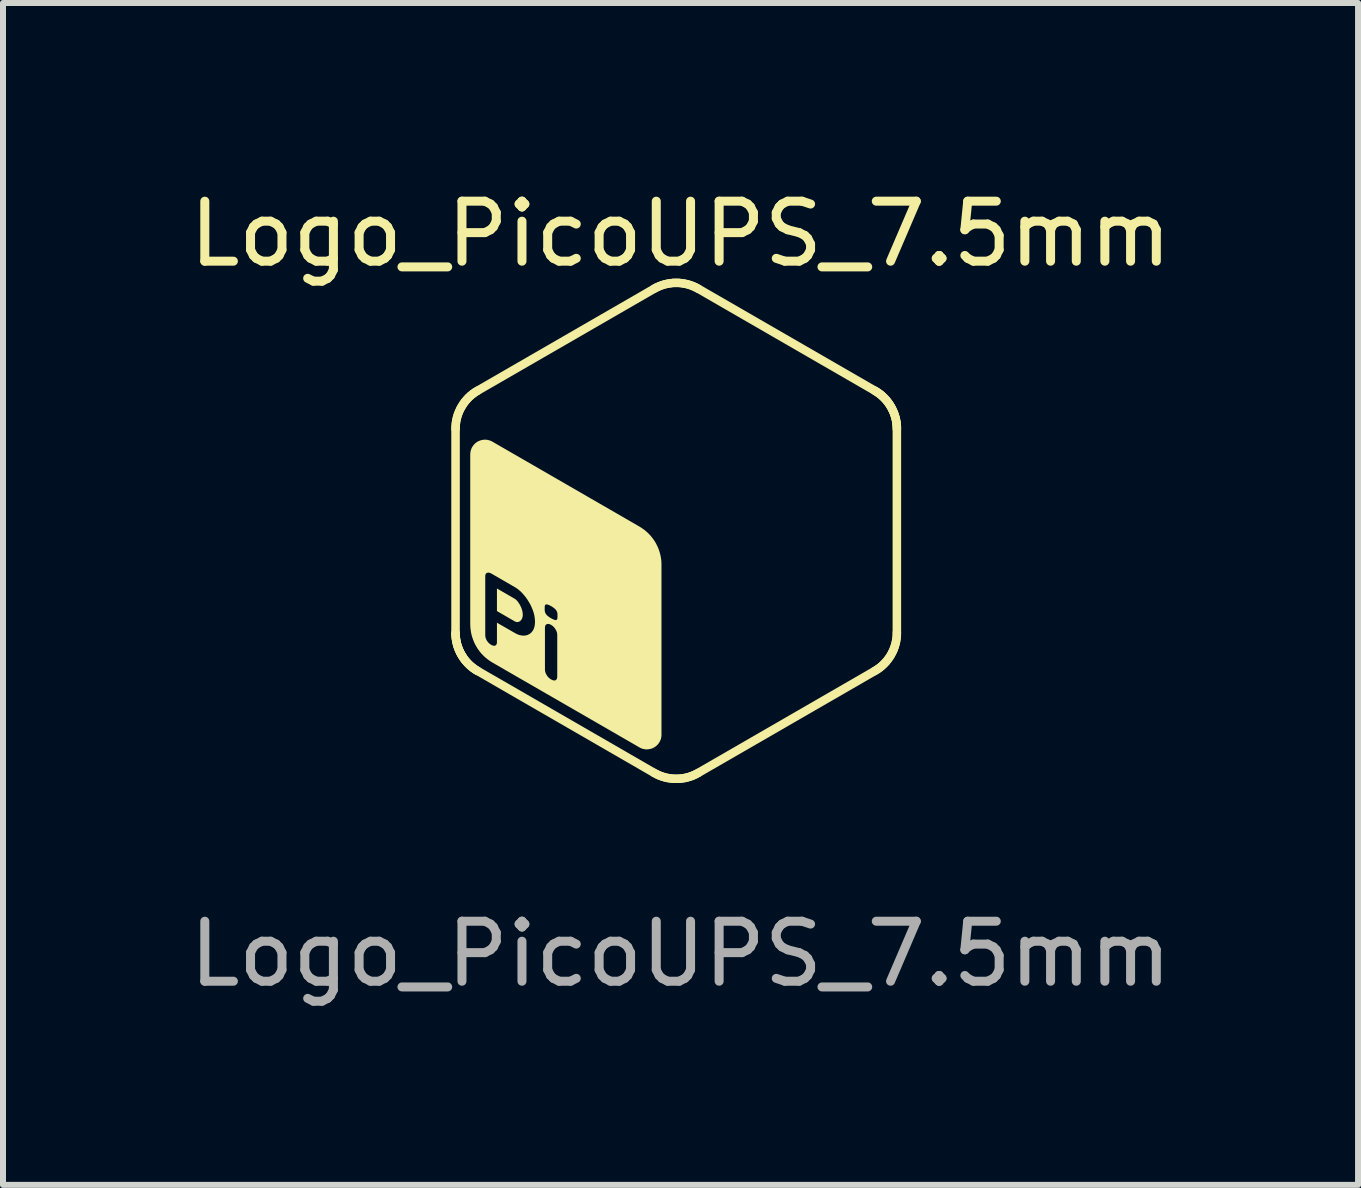
<source format=kicad_pcb>
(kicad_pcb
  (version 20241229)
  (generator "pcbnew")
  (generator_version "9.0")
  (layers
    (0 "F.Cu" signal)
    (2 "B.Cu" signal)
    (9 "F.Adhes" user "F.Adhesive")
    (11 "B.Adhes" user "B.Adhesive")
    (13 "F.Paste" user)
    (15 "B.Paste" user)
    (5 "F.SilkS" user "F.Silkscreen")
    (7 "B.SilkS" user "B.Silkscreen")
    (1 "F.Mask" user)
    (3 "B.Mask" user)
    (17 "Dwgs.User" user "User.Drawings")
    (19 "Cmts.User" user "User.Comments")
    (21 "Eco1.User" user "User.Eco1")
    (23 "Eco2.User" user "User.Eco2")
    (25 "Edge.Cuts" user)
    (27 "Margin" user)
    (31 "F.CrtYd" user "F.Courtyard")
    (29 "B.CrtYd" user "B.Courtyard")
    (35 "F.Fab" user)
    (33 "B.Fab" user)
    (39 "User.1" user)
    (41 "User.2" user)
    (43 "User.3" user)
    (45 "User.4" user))
  (footprint "Logo_PicoUPS_7.5mm"
    (layer "F.Cu")
    (at 8.292 5.848)
    (property "Reference" "Logo_PicoUPS_7.5mm" (at 0 -5 0) (unlocked yes) (layer "F.SilkS") (effects (font (size 1 1) (thickness 0.15))))
    (fp_poly (pts (xy -2.263 -2.702) (xy -2.247 -2.701) (xy -2.232 -2.698) (xy -2.216 -2.695) (xy -2.201 -2.69) (xy -2.186 -2.684) (xy -2.171 -2.678) (xy -2.156 -2.67) (xy -1.421 -2.245) (xy -1.418 -2.244) (xy -1.416 -2.243) (xy -1.414 -2.241) (xy -1.412 -2.239) (xy -1.41 -2.238) (xy -1.408 -2.236) (xy -1.406 -2.234) (xy -1.404 -2.232) (xy -1.402 -2.23) (xy -1.4 -2.228) (xy -1.398 -2.226) (xy -1.397 -2.224) (xy -1.395 -2.222) (xy -1.394 -2.22) (xy -1.392 -2.218) (xy -1.391 -2.216) (xy -1.39 -2.213) (xy -1.388 -2.211) (xy -1.387 -2.208) (xy -1.386 -2.206) (xy -1.385 -2.204) (xy -1.384 -2.201) (xy -1.384 -2.199) (xy -1.383 -2.196) (xy -1.382 -2.193) (xy -1.382 -2.191) (xy -1.381 -2.188) (xy -1.381 -2.185) (xy -1.38 -2.183) (xy -1.38 -2.18) (xy -1.38 -2.177) (xy -1.38 -2.175) (xy -1.38 -2.169) (xy -1.381 -2.164) (xy -1.382 -2.159) (xy -1.383 -2.153) (xy -1.384 -2.148) (xy -1.386 -2.143) (xy -1.388 -2.138) (xy -1.391 -2.134) (xy -1.394 -2.129) (xy -1.397 -2.125) (xy -1.4 -2.121) (xy -1.404 -2.117) (xy -1.408 -2.113) (xy -1.412 -2.11) (xy -1.416 -2.107) (xy -1.421 -2.104) (xy -2.156 -1.679) (xy -2.171 -1.672) (xy -2.186 -1.665) (xy -2.201 -1.659) (xy -2.216 -1.655) (xy -2.232 -1.651) (xy -2.247 -1.648) (xy -2.263 -1.647) (xy -2.279 -1.646) (xy -2.295 -1.647) (xy -2.311 -1.648) (xy -2.326 -1.651) (xy -2.342 -1.655) (xy -2.357 -1.659) (xy -2.372 -1.665) (xy -2.387 -1.672) (xy -2.402 -1.679) (xy -3.137 -2.104) (xy -3.139 -2.105) (xy -3.142 -2.107) (xy -3.144 -2.108) (xy -3.146 -2.11) (xy -3.148 -2.112) (xy -3.15 -2.113) (xy -3.152 -2.115) (xy -3.154 -2.117) (xy -3.156 -2.119) (xy -3.158 -2.121) (xy -3.159 -2.123) (xy -3.161 -2.125) (xy -3.163 -2.127) (xy -3.164 -2.129) (xy -3.166 -2.132) (xy -3.167 -2.134) (xy -3.168 -2.136) (xy -3.169 -2.138) (xy -3.171 -2.141) (xy -3.172 -2.143) (xy -3.173 -2.146) (xy -3.174 -2.148) (xy -3.174 -2.151) (xy -3.175 -2.153) (xy -3.176 -2.156) (xy -3.176 -2.159) (xy -3.177 -2.161) (xy -3.177 -2.164) (xy -3.178 -2.167) (xy -3.178 -2.169) (xy -3.178 -2.172) (xy -3.178 -2.175) (xy -3.178 -2.18) (xy -3.177 -2.185) (xy -3.176 -2.191) (xy -3.175 -2.196) (xy -3.174 -2.201) (xy -3.172 -2.206) (xy -3.169 -2.211) (xy -3.167 -2.216) (xy -3.164 -2.22) (xy -3.161 -2.224) (xy -3.158 -2.228) (xy -3.154 -2.232) (xy -3.15 -2.236) (xy -3.146 -2.239) (xy -3.142 -2.243) (xy -3.137 -2.245) (xy -2.402 -2.67) (xy -2.387 -2.678) (xy -2.372 -2.684) (xy -2.357 -2.69) (xy -2.342 -2.695) (xy -2.326 -2.698) (xy -2.311 -2.701) (xy -2.295 -2.702) (xy -2.279 -2.703)) (stroke (width 0) (type solid)) (fill yes) (layer "F.Mask"))
    (fp_poly (pts (xy -1.16 -3.339) (xy -1.144 -3.338) (xy -1.128 -3.335) (xy -1.113 -3.332) (xy -1.097 -3.327) (xy -1.082 -3.321) (xy -1.067 -3.315) (xy -1.053 -3.307) (xy -0.318 -2.882) (xy -0.313 -2.88) (xy -0.309 -2.876) (xy -0.304 -2.873) (xy -0.3 -2.869) (xy -0.297 -2.865) (xy -0.294 -2.861) (xy -0.29 -2.857) (xy -0.288 -2.853) (xy -0.285 -2.848) (xy -0.283 -2.843) (xy -0.281 -2.838) (xy -0.28 -2.833) (xy -0.278 -2.828) (xy -0.277 -2.822) (xy -0.277 -2.817) (xy -0.277 -2.812) (xy -0.277 -2.809) (xy -0.277 -2.806) (xy -0.277 -2.803) (xy -0.277 -2.801) (xy -0.278 -2.798) (xy -0.278 -2.796) (xy -0.279 -2.793) (xy -0.28 -2.79) (xy -0.28 -2.788) (xy -0.281 -2.785) (xy -0.282 -2.783) (xy -0.283 -2.78) (xy -0.284 -2.778) (xy -0.285 -2.775) (xy -0.286 -2.773) (xy -0.288 -2.771) (xy -0.289 -2.769) (xy -0.29 -2.766) (xy -0.292 -2.764) (xy -0.294 -2.762) (xy -0.295 -2.76) (xy -0.297 -2.758) (xy -0.299 -2.756) (xy -0.3 -2.754) (xy -0.302 -2.752) (xy -0.304 -2.75) (xy -0.306 -2.749) (xy -0.309 -2.747) (xy -0.311 -2.745) (xy -0.313 -2.744) (xy -0.315 -2.742) (xy -0.318 -2.741) (xy -1.053 -2.316) (xy -1.067 -2.309) (xy -1.082 -2.302) (xy -1.097 -2.296) (xy -1.113 -2.292) (xy -1.128 -2.288) (xy -1.144 -2.285) (xy -1.16 -2.284) (xy -1.176 -2.283) (xy -1.192 -2.284) (xy -1.207 -2.285) (xy -1.223 -2.288) (xy -1.239 -2.292) (xy -1.254 -2.296) (xy -1.269 -2.302) (xy -1.284 -2.309) (xy -1.298 -2.316) (xy -2.034 -2.741) (xy -2.038 -2.744) (xy -2.043 -2.747) (xy -2.047 -2.75) (xy -2.051 -2.754) (xy -2.054 -2.758) (xy -2.058 -2.762) (xy -2.061 -2.766) (xy -2.064 -2.771) (xy -2.066 -2.775) (xy -2.068 -2.78) (xy -2.07 -2.785) (xy -2.072 -2.79) (xy -2.073 -2.796) (xy -2.074 -2.801) (xy -2.074 -2.806) (xy -2.075 -2.812) (xy -2.075 -2.814) (xy -2.074 -2.817) (xy -2.074 -2.82) (xy -2.074 -2.822) (xy -2.074 -2.825) (xy -2.073 -2.828) (xy -2.072 -2.83) (xy -2.072 -2.833) (xy -2.071 -2.836) (xy -2.07 -2.838) (xy -2.069 -2.841) (xy -2.068 -2.843) (xy -2.067 -2.845) (xy -2.066 -2.848) (xy -2.065 -2.85) (xy -2.064 -2.853) (xy -2.062 -2.855) (xy -2.061 -2.857) (xy -2.059 -2.859) (xy -2.058 -2.861) (xy -2.056 -2.863) (xy -2.054 -2.865) (xy -2.053 -2.867) (xy -2.051 -2.869) (xy -2.049 -2.871) (xy -2.047 -2.873) (xy -2.045 -2.875) (xy -2.043 -2.876) (xy -2.041 -2.878) (xy -2.038 -2.88) (xy -2.036 -2.881) (xy -2.034 -2.882) (xy -1.298 -3.307) (xy -1.284 -3.315) (xy -1.269 -3.321) (xy -1.254 -3.327) (xy -1.239 -3.332) (xy -1.223 -3.335) (xy -1.207 -3.338) (xy -1.192 -3.339) (xy -1.176 -3.34)) (stroke (width 0) (type solid)) (fill yes) (layer "F.Mask"))
    (fp_poly (pts (xy -1.16 -2.065) (xy -1.144 -2.064) (xy -1.128 -2.061) (xy -1.113 -2.058) (xy -1.097 -2.053) (xy -1.082 -2.047) (xy -1.067 -2.041) (xy -1.053 -2.033) (xy -0.318 -1.608) (xy -0.313 -1.606) (xy -0.309 -1.602) (xy -0.304 -1.599) (xy -0.3 -1.595) (xy -0.297 -1.591) (xy -0.294 -1.587) (xy -0.29 -1.583) (xy -0.288 -1.579) (xy -0.285 -1.574) (xy -0.283 -1.569) (xy -0.281 -1.564) (xy -0.28 -1.559) (xy -0.278 -1.554) (xy -0.277 -1.548) (xy -0.277 -1.543) (xy -0.277 -1.538) (xy -0.277 -1.535) (xy -0.277 -1.532) (xy -0.277 -1.53) (xy -0.277 -1.527) (xy -0.278 -1.524) (xy -0.278 -1.522) (xy -0.279 -1.519) (xy -0.28 -1.516) (xy -0.28 -1.514) (xy -0.281 -1.511) (xy -0.282 -1.509) (xy -0.283 -1.506) (xy -0.284 -1.504) (xy -0.285 -1.501) (xy -0.286 -1.499) (xy -0.288 -1.497) (xy -0.289 -1.495) (xy -0.29 -1.492) (xy -0.292 -1.49) (xy -0.294 -1.488) (xy -0.295 -1.486) (xy -0.297 -1.484) (xy -0.299 -1.482) (xy -0.3 -1.48) (xy -0.302 -1.478) (xy -0.304 -1.476) (xy -0.306 -1.475) (xy -0.309 -1.473) (xy -0.311 -1.471) (xy -0.313 -1.47) (xy -0.315 -1.468) (xy -0.318 -1.467) (xy -1.053 -1.042) (xy -1.067 -1.035) (xy -1.082 -1.028) (xy -1.097 -1.022) (xy -1.113 -1.018) (xy -1.128 -1.014) (xy -1.144 -1.011) (xy -1.16 -1.01) (xy -1.176 -1.009) (xy -1.192 -1.01) (xy -1.207 -1.011) (xy -1.223 -1.014) (xy -1.239 -1.018) (xy -1.254 -1.022) (xy -1.269 -1.028) (xy -1.284 -1.035) (xy -1.298 -1.042) (xy -2.034 -1.467) (xy -2.038 -1.47) (xy -2.043 -1.473) (xy -2.047 -1.476) (xy -2.051 -1.48) (xy -2.054 -1.484) (xy -2.058 -1.488) (xy -2.061 -1.492) (xy -2.064 -1.497) (xy -2.066 -1.501) (xy -2.068 -1.506) (xy -2.07 -1.511) (xy -2.072 -1.516) (xy -2.073 -1.522) (xy -2.074 -1.527) (xy -2.074 -1.532) (xy -2.075 -1.538) (xy -2.075 -1.54) (xy -2.074 -1.543) (xy -2.074 -1.546) (xy -2.074 -1.548) (xy -2.074 -1.551) (xy -2.073 -1.554) (xy -2.072 -1.556) (xy -2.072 -1.559) (xy -2.071 -1.562) (xy -2.07 -1.564) (xy -2.069 -1.567) (xy -2.068 -1.569) (xy -2.067 -1.571) (xy -2.066 -1.574) (xy -2.065 -1.576) (xy -2.064 -1.579) (xy -2.062 -1.581) (xy -2.061 -1.583) (xy -2.059 -1.585) (xy -2.058 -1.587) (xy -2.056 -1.589) (xy -2.054 -1.591) (xy -2.053 -1.593) (xy -2.051 -1.595) (xy -2.049 -1.597) (xy -2.047 -1.599) (xy -2.045 -1.601) (xy -2.043 -1.602) (xy -2.041 -1.604) (xy -2.038 -1.606) (xy -2.036 -1.607) (xy -2.034 -1.608) (xy -1.298 -2.033) (xy -1.284 -2.041) (xy -1.269 -2.047) (xy -1.254 -2.053) (xy -1.239 -2.058) (xy -1.223 -2.061) (xy -1.207 -2.064) (xy -1.192 -2.065) (xy -1.176 -2.066)) (stroke (width 0) (type solid)) (fill yes) (layer "F.Mask"))
    (fp_poly (pts (xy -0.057 -2.702) (xy -0.041 -2.701) (xy -0.025 -2.698) (xy -0.009 -2.695) (xy 0.006 -2.69) (xy 0.021 -2.684) (xy 0.036 -2.678) (xy 0.05 -2.67) (xy 0.786 -2.245) (xy 0.788 -2.244) (xy 0.79 -2.243) (xy 0.793 -2.241) (xy 0.795 -2.239) (xy 0.797 -2.238) (xy 0.799 -2.236) (xy 0.801 -2.234) (xy 0.803 -2.232) (xy 0.805 -2.23) (xy 0.806 -2.228) (xy 0.808 -2.226) (xy 0.81 -2.224) (xy 0.811 -2.222) (xy 0.813 -2.22) (xy 0.814 -2.218) (xy 0.816 -2.216) (xy 0.817 -2.213) (xy 0.818 -2.211) (xy 0.819 -2.208) (xy 0.82 -2.206) (xy 0.821 -2.204) (xy 0.822 -2.201) (xy 0.823 -2.199) (xy 0.824 -2.196) (xy 0.824 -2.193) (xy 0.825 -2.191) (xy 0.825 -2.188) (xy 0.826 -2.185) (xy 0.826 -2.183) (xy 0.826 -2.18) (xy 0.827 -2.177) (xy 0.827 -2.175) (xy 0.826 -2.169) (xy 0.826 -2.164) (xy 0.825 -2.159) (xy 0.824 -2.153) (xy 0.822 -2.148) (xy 0.82 -2.143) (xy 0.818 -2.138) (xy 0.816 -2.134) (xy 0.813 -2.129) (xy 0.81 -2.125) (xy 0.806 -2.121) (xy 0.803 -2.117) (xy 0.799 -2.113) (xy 0.795 -2.11) (xy 0.79 -2.107) (xy 0.786 -2.104) (xy 0.05 -1.679) (xy 0.036 -1.672) (xy 0.021 -1.665) (xy 0.006 -1.659) (xy -0.009 -1.655) (xy -0.025 -1.651) (xy -0.041 -1.648) (xy -0.057 -1.647) (xy -0.072 -1.646) (xy -0.088 -1.647) (xy -0.104 -1.648) (xy -0.12 -1.651) (xy -0.135 -1.655) (xy -0.151 -1.659) (xy -0.166 -1.665) (xy -0.181 -1.672) (xy -0.195 -1.679) (xy -0.93 -2.104) (xy -0.933 -2.105) (xy -0.935 -2.107) (xy -0.937 -2.108) (xy -0.939 -2.11) (xy -0.942 -2.112) (xy -0.944 -2.113) (xy -0.946 -2.115) (xy -0.948 -2.117) (xy -0.949 -2.119) (xy -0.951 -2.121) (xy -0.953 -2.123) (xy -0.955 -2.125) (xy -0.956 -2.127) (xy -0.958 -2.129) (xy -0.959 -2.132) (xy -0.96 -2.134) (xy -0.962 -2.136) (xy -0.963 -2.138) (xy -0.964 -2.141) (xy -0.965 -2.143) (xy -0.966 -2.146) (xy -0.967 -2.148) (xy -0.968 -2.151) (xy -0.969 -2.153) (xy -0.969 -2.156) (xy -0.97 -2.159) (xy -0.97 -2.161) (xy -0.971 -2.164) (xy -0.971 -2.167) (xy -0.971 -2.169) (xy -0.971 -2.172) (xy -0.971 -2.175) (xy -0.971 -2.18) (xy -0.971 -2.185) (xy -0.97 -2.191) (xy -0.969 -2.196) (xy -0.967 -2.201) (xy -0.965 -2.206) (xy -0.963 -2.211) (xy -0.96 -2.216) (xy -0.958 -2.22) (xy -0.955 -2.224) (xy -0.951 -2.228) (xy -0.948 -2.232) (xy -0.944 -2.236) (xy -0.939 -2.239) (xy -0.935 -2.243) (xy -0.93 -2.245) (xy -0.195 -2.67) (xy -0.181 -2.678) (xy -0.166 -2.684) (xy -0.151 -2.69) (xy -0.135 -2.695) (xy -0.12 -2.698) (xy -0.104 -2.701) (xy -0.088 -2.702) (xy -0.072 -2.703)) (stroke (width 0) (type solid)) (fill yes) (layer "F.Mask"))
    (fp_poly (pts (xy -0.057 -1.428) (xy -0.041 -1.427) (xy -0.025 -1.424) (xy -0.009 -1.421) (xy 0.006 -1.416) (xy 0.021 -1.41) (xy 0.036 -1.404) (xy 0.05 -1.396) (xy 0.786 -0.971) (xy 0.79 -0.969) (xy 0.795 -0.965) (xy 0.799 -0.962) (xy 0.803 -0.958) (xy 0.806 -0.954) (xy 0.81 -0.95) (xy 0.813 -0.946) (xy 0.816 -0.942) (xy 0.818 -0.937) (xy 0.82 -0.932) (xy 0.822 -0.927) (xy 0.824 -0.922) (xy 0.825 -0.917) (xy 0.826 -0.912) (xy 0.826 -0.906) (xy 0.827 -0.901) (xy 0.827 -0.898) (xy 0.826 -0.895) (xy 0.826 -0.893) (xy 0.826 -0.89) (xy 0.825 -0.887) (xy 0.825 -0.885) (xy 0.824 -0.882) (xy 0.824 -0.879) (xy 0.823 -0.877) (xy 0.822 -0.874) (xy 0.821 -0.872) (xy 0.82 -0.869) (xy 0.819 -0.867) (xy 0.818 -0.864) (xy 0.817 -0.862) (xy 0.816 -0.86) (xy 0.814 -0.858) (xy 0.813 -0.855) (xy 0.811 -0.853) (xy 0.81 -0.851) (xy 0.808 -0.849) (xy 0.806 -0.847) (xy 0.805 -0.845) (xy 0.803 -0.843) (xy 0.801 -0.841) (xy 0.799 -0.839) (xy 0.797 -0.838) (xy 0.795 -0.836) (xy 0.793 -0.834) (xy 0.79 -0.833) (xy 0.788 -0.831) (xy 0.786 -0.83) (xy 0.05 -0.405) (xy 0.036 -0.398) (xy 0.021 -0.391) (xy 0.006 -0.385) (xy -0.009 -0.381) (xy -0.025 -0.377) (xy -0.041 -0.374) (xy -0.057 -0.373) (xy -0.072 -0.372) (xy -0.088 -0.373) (xy -0.104 -0.374) (xy -0.12 -0.377) (xy -0.135 -0.381) (xy -0.151 -0.385) (xy -0.166 -0.391) (xy -0.181 -0.398) (xy -0.195 -0.405) (xy -0.93 -0.83) (xy -0.935 -0.833) (xy -0.939 -0.836) (xy -0.944 -0.839) (xy -0.948 -0.843) (xy -0.951 -0.847) (xy -0.955 -0.851) (xy -0.958 -0.855) (xy -0.96 -0.86) (xy -0.963 -0.864) (xy -0.965 -0.869) (xy -0.967 -0.874) (xy -0.969 -0.879) (xy -0.97 -0.885) (xy -0.971 -0.89) (xy -0.971 -0.895) (xy -0.971 -0.901) (xy -0.971 -0.903) (xy -0.971 -0.906) (xy -0.971 -0.909) (xy -0.971 -0.912) (xy -0.97 -0.914) (xy -0.97 -0.917) (xy -0.969 -0.919) (xy -0.969 -0.922) (xy -0.968 -0.925) (xy -0.967 -0.927) (xy -0.966 -0.93) (xy -0.965 -0.932) (xy -0.964 -0.934) (xy -0.963 -0.937) (xy -0.962 -0.939) (xy -0.96 -0.942) (xy -0.959 -0.944) (xy -0.958 -0.946) (xy -0.956 -0.948) (xy -0.955 -0.95) (xy -0.953 -0.952) (xy -0.951 -0.954) (xy -0.949 -0.956) (xy -0.948 -0.958) (xy -0.946 -0.96) (xy -0.944 -0.962) (xy -0.942 -0.964) (xy -0.939 -0.965) (xy -0.937 -0.967) (xy -0.935 -0.969) (xy -0.933 -0.97) (xy -0.93 -0.971) (xy -0.195 -1.396) (xy -0.181 -1.404) (xy -0.166 -1.41) (xy -0.151 -1.416) (xy -0.135 -1.421) (xy -0.12 -1.424) (xy -0.104 -1.427) (xy -0.088 -1.428) (xy -0.072 -1.429)) (stroke (width 0) (type solid)) (fill yes) (layer "F.Mask"))
    (fp_poly (pts (xy -0.057 -3.976) (xy -0.041 -3.975) (xy -0.025 -3.972) (xy -0.009 -3.969) (xy 0.006 -3.964) (xy 0.021 -3.958) (xy 0.036 -3.952) (xy 0.05 -3.944) (xy 0.786 -3.519) (xy 0.79 -3.517) (xy 0.795 -3.513) (xy 0.799 -3.51) (xy 0.803 -3.506) (xy 0.806 -3.502) (xy 0.81 -3.498) (xy 0.813 -3.494) (xy 0.816 -3.489) (xy 0.818 -3.485) (xy 0.82 -3.48) (xy 0.822 -3.475) (xy 0.824 -3.47) (xy 0.825 -3.465) (xy 0.826 -3.459) (xy 0.826 -3.454) (xy 0.827 -3.449) (xy 0.827 -3.446) (xy 0.826 -3.443) (xy 0.826 -3.44) (xy 0.826 -3.438) (xy 0.825 -3.435) (xy 0.825 -3.433) (xy 0.824 -3.43) (xy 0.824 -3.427) (xy 0.823 -3.425) (xy 0.822 -3.422) (xy 0.821 -3.42) (xy 0.82 -3.417) (xy 0.819 -3.415) (xy 0.818 -3.412) (xy 0.817 -3.41) (xy 0.816 -3.408) (xy 0.814 -3.405) (xy 0.813 -3.403) (xy 0.811 -3.401) (xy 0.81 -3.399) (xy 0.808 -3.397) (xy 0.806 -3.395) (xy 0.805 -3.393) (xy 0.803 -3.391) (xy 0.801 -3.389) (xy 0.799 -3.387) (xy 0.797 -3.386) (xy 0.795 -3.384) (xy 0.793 -3.382) (xy 0.79 -3.381) (xy 0.788 -3.379) (xy 0.786 -3.378) (xy 0.05 -2.953) (xy 0.036 -2.945) (xy 0.021 -2.939) (xy 0.006 -2.933) (xy -0.009 -2.929) (xy -0.025 -2.925) (xy -0.041 -2.922) (xy -0.057 -2.921) (xy -0.072 -2.92) (xy -0.088 -2.921) (xy -0.104 -2.922) (xy -0.12 -2.925) (xy -0.135 -2.929) (xy -0.151 -2.933) (xy -0.166 -2.939) (xy -0.181 -2.945) (xy -0.195 -2.953) (xy -0.93 -3.378) (xy -0.935 -3.381) (xy -0.939 -3.384) (xy -0.944 -3.387) (xy -0.948 -3.391) (xy -0.951 -3.395) (xy -0.955 -3.399) (xy -0.958 -3.403) (xy -0.96 -3.408) (xy -0.963 -3.412) (xy -0.965 -3.417) (xy -0.967 -3.422) (xy -0.969 -3.427) (xy -0.97 -3.433) (xy -0.971 -3.438) (xy -0.971 -3.443) (xy -0.971 -3.449) (xy -0.971 -3.451) (xy -0.971 -3.454) (xy -0.971 -3.457) (xy -0.971 -3.459) (xy -0.97 -3.462) (xy -0.97 -3.465) (xy -0.969 -3.467) (xy -0.969 -3.47) (xy -0.968 -3.473) (xy -0.967 -3.475) (xy -0.966 -3.478) (xy -0.965 -3.48) (xy -0.964 -3.482) (xy -0.963 -3.485) (xy -0.962 -3.487) (xy -0.96 -3.489) (xy -0.959 -3.492) (xy -0.958 -3.494) (xy -0.956 -3.496) (xy -0.955 -3.498) (xy -0.953 -3.5) (xy -0.951 -3.502) (xy -0.949 -3.504) (xy -0.948 -3.506) (xy -0.946 -3.508) (xy -0.944 -3.51) (xy -0.942 -3.512) (xy -0.939 -3.513) (xy -0.937 -3.515) (xy -0.935 -3.517) (xy -0.933 -3.518) (xy -0.93 -3.519) (xy -0.195 -3.944) (xy -0.181 -3.952) (xy -0.166 -3.958) (xy -0.151 -3.964) (xy -0.135 -3.969) (xy -0.12 -3.972) (xy -0.104 -3.975) (xy -0.088 -3.976) (xy -0.072 -3.977)) (stroke (width 0) (type solid)) (fill yes) (layer "F.Mask"))
    (fp_poly (pts (xy 1.047 -3.339) (xy 1.063 -3.338) (xy 1.078 -3.335) (xy 1.094 -3.332) (xy 1.109 -3.327) (xy 1.124 -3.321) (xy 1.139 -3.315) (xy 1.154 -3.307) (xy 1.889 -2.882) (xy 1.894 -2.88) (xy 1.898 -2.876) (xy 1.902 -2.873) (xy 1.906 -2.869) (xy 1.91 -2.865) (xy 1.913 -2.861) (xy 1.916 -2.857) (xy 1.919 -2.853) (xy 1.921 -2.848) (xy 1.924 -2.843) (xy 1.926 -2.838) (xy 1.927 -2.833) (xy 1.928 -2.828) (xy 1.929 -2.822) (xy 1.93 -2.817) (xy 1.93 -2.812) (xy 1.93 -2.809) (xy 1.93 -2.806) (xy 1.929 -2.803) (xy 1.929 -2.801) (xy 1.929 -2.798) (xy 1.928 -2.796) (xy 1.928 -2.793) (xy 1.927 -2.79) (xy 1.926 -2.788) (xy 1.926 -2.785) (xy 1.925 -2.783) (xy 1.924 -2.78) (xy 1.923 -2.778) (xy 1.921 -2.775) (xy 1.92 -2.773) (xy 1.919 -2.771) (xy 1.918 -2.769) (xy 1.916 -2.766) (xy 1.915 -2.764) (xy 1.913 -2.762) (xy 1.911 -2.76) (xy 1.91 -2.758) (xy 1.908 -2.756) (xy 1.906 -2.754) (xy 1.904 -2.752) (xy 1.902 -2.75) (xy 1.9 -2.749) (xy 1.898 -2.747) (xy 1.896 -2.745) (xy 1.894 -2.744) (xy 1.891 -2.742) (xy 1.889 -2.741) (xy 1.154 -2.316) (xy 1.139 -2.309) (xy 1.124 -2.302) (xy 1.109 -2.296) (xy 1.094 -2.292) (xy 1.078 -2.288) (xy 1.063 -2.285) (xy 1.047 -2.284) (xy 1.031 -2.283) (xy 1.015 -2.284) (xy 0.999 -2.285) (xy 0.984 -2.288) (xy 0.968 -2.292) (xy 0.953 -2.296) (xy 0.938 -2.302) (xy 0.923 -2.309) (xy 0.908 -2.316) (xy 0.173 -2.741) (xy 0.168 -2.744) (xy 0.164 -2.747) (xy 0.16 -2.75) (xy 0.156 -2.754) (xy 0.152 -2.758) (xy 0.149 -2.762) (xy 0.146 -2.766) (xy 0.143 -2.771) (xy 0.14 -2.775) (xy 0.138 -2.78) (xy 0.136 -2.785) (xy 0.135 -2.79) (xy 0.134 -2.796) (xy 0.133 -2.801) (xy 0.132 -2.806) (xy 0.132 -2.812) (xy 0.132 -2.814) (xy 0.132 -2.817) (xy 0.132 -2.82) (xy 0.133 -2.822) (xy 0.133 -2.825) (xy 0.134 -2.828) (xy 0.134 -2.83) (xy 0.135 -2.833) (xy 0.136 -2.836) (xy 0.136 -2.838) (xy 0.137 -2.841) (xy 0.138 -2.843) (xy 0.139 -2.845) (xy 0.14 -2.848) (xy 0.142 -2.85) (xy 0.143 -2.853) (xy 0.144 -2.855) (xy 0.146 -2.857) (xy 0.147 -2.859) (xy 0.149 -2.861) (xy 0.15 -2.863) (xy 0.152 -2.865) (xy 0.154 -2.867) (xy 0.156 -2.869) (xy 0.158 -2.871) (xy 0.16 -2.873) (xy 0.162 -2.875) (xy 0.164 -2.876) (xy 0.166 -2.878) (xy 0.168 -2.88) (xy 0.17 -2.881) (xy 0.173 -2.882) (xy 0.908 -3.307) (xy 0.923 -3.315) (xy 0.938 -3.321) (xy 0.953 -3.327) (xy 0.968 -3.332) (xy 0.984 -3.335) (xy 0.999 -3.338) (xy 1.015 -3.339) (xy 1.031 -3.34)) (stroke (width 0) (type solid)) (fill yes) (layer "F.Mask"))
    (fp_poly (pts (xy 2.15 -2.702) (xy 2.166 -2.701) (xy 2.182 -2.698) (xy 2.197 -2.695) (xy 2.213 -2.69) (xy 2.228 -2.684) (xy 2.242 -2.678) (xy 2.257 -2.67) (xy 2.992 -2.245) (xy 2.995 -2.244) (xy 2.997 -2.243) (xy 2.999 -2.241) (xy 3.001 -2.239) (xy 3.003 -2.238) (xy 3.005 -2.236) (xy 3.007 -2.234) (xy 3.009 -2.232) (xy 3.011 -2.23) (xy 3.013 -2.228) (xy 3.015 -2.226) (xy 3.016 -2.224) (xy 3.018 -2.222) (xy 3.019 -2.22) (xy 3.021 -2.218) (xy 3.022 -2.216) (xy 3.024 -2.213) (xy 3.025 -2.211) (xy 3.026 -2.208) (xy 3.027 -2.206) (xy 3.028 -2.204) (xy 3.029 -2.201) (xy 3.03 -2.199) (xy 3.03 -2.196) (xy 3.031 -2.193) (xy 3.032 -2.191) (xy 3.032 -2.188) (xy 3.032 -2.185) (xy 3.033 -2.183) (xy 3.033 -2.18) (xy 3.033 -2.177) (xy 3.033 -2.175) (xy 3.033 -2.169) (xy 3.032 -2.164) (xy 3.032 -2.159) (xy 3.03 -2.153) (xy 3.029 -2.148) (xy 3.027 -2.143) (xy 3.025 -2.138) (xy 3.022 -2.134) (xy 3.019 -2.129) (xy 3.016 -2.125) (xy 3.013 -2.121) (xy 3.009 -2.117) (xy 3.005 -2.113) (xy 3.001 -2.11) (xy 2.997 -2.107) (xy 2.992 -2.104) (xy 2.257 -1.679) (xy 2.242 -1.672) (xy 2.228 -1.665) (xy 2.213 -1.659) (xy 2.197 -1.655) (xy 2.182 -1.651) (xy 2.166 -1.648) (xy 2.15 -1.647) (xy 2.134 -1.646) (xy 2.118 -1.647) (xy 2.103 -1.648) (xy 2.087 -1.651) (xy 2.071 -1.655) (xy 2.056 -1.659) (xy 2.041 -1.665) (xy 2.026 -1.672) (xy 2.012 -1.679) (xy 1.276 -2.104) (xy 1.274 -2.105) (xy 1.271 -2.107) (xy 1.269 -2.108) (xy 1.267 -2.11) (xy 1.265 -2.112) (xy 1.263 -2.113) (xy 1.261 -2.115) (xy 1.259 -2.117) (xy 1.257 -2.119) (xy 1.255 -2.121) (xy 1.254 -2.123) (xy 1.252 -2.125) (xy 1.25 -2.127) (xy 1.249 -2.129) (xy 1.248 -2.132) (xy 1.246 -2.134) (xy 1.245 -2.136) (xy 1.244 -2.138) (xy 1.243 -2.141) (xy 1.241 -2.143) (xy 1.241 -2.146) (xy 1.24 -2.148) (xy 1.239 -2.151) (xy 1.238 -2.153) (xy 1.237 -2.156) (xy 1.237 -2.159) (xy 1.236 -2.161) (xy 1.236 -2.164) (xy 1.236 -2.167) (xy 1.235 -2.169) (xy 1.235 -2.172) (xy 1.235 -2.175) (xy 1.235 -2.18) (xy 1.236 -2.185) (xy 1.237 -2.191) (xy 1.238 -2.196) (xy 1.24 -2.201) (xy 1.241 -2.206) (xy 1.244 -2.211) (xy 1.246 -2.216) (xy 1.249 -2.22) (xy 1.252 -2.224) (xy 1.255 -2.228) (xy 1.259 -2.232) (xy 1.263 -2.236) (xy 1.267 -2.239) (xy 1.271 -2.243) (xy 1.276 -2.245) (xy 2.012 -2.67) (xy 2.026 -2.678) (xy 2.041 -2.684) (xy 2.056 -2.69) (xy 2.071 -2.695) (xy 2.087 -2.698) (xy 2.103 -2.701) (xy 2.118 -2.702) (xy 2.134 -2.703)) (stroke (width 0) (type solid)) (fill yes) (layer "F.Mask"))
    (fp_poly (pts (xy 1.047 -2.065) (xy 1.063 -2.064) (xy 1.078 -2.061) (xy 1.094 -2.058) (xy 1.109 -2.053) (xy 1.124 -2.047) (xy 1.139 -2.041) (xy 1.154 -2.033) (xy 1.889 -1.608) (xy 1.889 -1.608) (xy 1.894 -1.606) (xy 1.898 -1.602) (xy 1.902 -1.599) (xy 1.906 -1.595) (xy 1.91 -1.591) (xy 1.913 -1.587) (xy 1.916 -1.583) (xy 1.919 -1.579) (xy 1.921 -1.574) (xy 1.924 -1.569) (xy 1.926 -1.564) (xy 1.927 -1.559) (xy 1.928 -1.554) (xy 1.929 -1.548) (xy 1.93 -1.543) (xy 1.93 -1.538) (xy 1.93 -1.535) (xy 1.93 -1.532) (xy 1.929 -1.53) (xy 1.929 -1.527) (xy 1.929 -1.524) (xy 1.928 -1.522) (xy 1.928 -1.519) (xy 1.927 -1.516) (xy 1.926 -1.514) (xy 1.926 -1.511) (xy 1.925 -1.509) (xy 1.924 -1.506) (xy 1.923 -1.504) (xy 1.921 -1.501) (xy 1.92 -1.499) (xy 1.919 -1.497) (xy 1.918 -1.495) (xy 1.916 -1.492) (xy 1.915 -1.49) (xy 1.913 -1.488) (xy 1.911 -1.486) (xy 1.91 -1.484) (xy 1.908 -1.482) (xy 1.906 -1.48) (xy 1.904 -1.478) (xy 1.902 -1.476) (xy 1.9 -1.475) (xy 1.898 -1.473) (xy 1.896 -1.471) (xy 1.894 -1.47) (xy 1.891 -1.468) (xy 1.889 -1.467) (xy 1.154 -1.042) (xy 1.139 -1.035) (xy 1.124 -1.028) (xy 1.109 -1.022) (xy 1.094 -1.018) (xy 1.078 -1.014) (xy 1.063 -1.011) (xy 1.047 -1.01) (xy 1.031 -1.009) (xy 1.015 -1.01) (xy 0.999 -1.011) (xy 0.984 -1.014) (xy 0.968 -1.018) (xy 0.953 -1.022) (xy 0.938 -1.028) (xy 0.923 -1.035) (xy 0.908 -1.042) (xy 0.173 -1.467) (xy 0.168 -1.47) (xy 0.164 -1.473) (xy 0.16 -1.476) (xy 0.156 -1.48) (xy 0.152 -1.484) (xy 0.149 -1.488) (xy 0.146 -1.492) (xy 0.143 -1.497) (xy 0.14 -1.501) (xy 0.138 -1.506) (xy 0.136 -1.511) (xy 0.135 -1.516) (xy 0.134 -1.522) (xy 0.133 -1.527) (xy 0.132 -1.532) (xy 0.132 -1.538) (xy 0.132 -1.54) (xy 0.132 -1.543) (xy 0.132 -1.546) (xy 0.133 -1.548) (xy 0.133 -1.551) (xy 0.134 -1.554) (xy 0.134 -1.556) (xy 0.135 -1.559) (xy 0.136 -1.562) (xy 0.136 -1.564) (xy 0.137 -1.567) (xy 0.138 -1.569) (xy 0.139 -1.571) (xy 0.14 -1.574) (xy 0.142 -1.576) (xy 0.143 -1.579) (xy 0.144 -1.581) (xy 0.146 -1.583) (xy 0.147 -1.585) (xy 0.149 -1.587) (xy 0.15 -1.589) (xy 0.152 -1.591) (xy 0.154 -1.593) (xy 0.156 -1.595) (xy 0.158 -1.597) (xy 0.16 -1.599) (xy 0.162 -1.601) (xy 0.164 -1.602) (xy 0.166 -1.604) (xy 0.168 -1.606) (xy 0.17 -1.607) (xy 0.173 -1.608) (xy 0.908 -2.033) (xy 0.923 -2.041) (xy 0.938 -2.047) (xy 0.953 -2.053) (xy 0.968 -2.058) (xy 0.984 -2.061) (xy 0.999 -2.064) (xy 1.015 -2.065) (xy 1.031 -2.066)) (stroke (width 0) (type solid)) (fill yes) (layer "F.Mask"))
    (fp_line (start -3.75 -1.75) (end -3.748 -1.799) (stroke (width 0.142) (type solid)) (layer "F.SilkS"))
    (fp_line (start -3.75 1.647) (end -3.75 -1.75) (stroke (width 0.142) (type solid)) (layer "F.SilkS"))
    (fp_line (start -3.75 1.672) (end -3.75 1.647) (stroke (width 0.142) (type solid)) (layer "F.SilkS"))
    (fp_line (start -3.748 -1.799) (end -3.744 -1.847) (stroke (width 0.142) (type solid)) (layer "F.SilkS"))
    (fp_line (start -3.748 1.696) (end -3.75 1.672) (stroke (width 0.142) (type solid)) (layer "F.SilkS"))
    (fp_line (start -3.746 1.721) (end -3.748 1.696) (stroke (width 0.142) (type solid)) (layer "F.SilkS"))
    (fp_line (start -3.744 -1.847) (end -3.736 -1.895) (stroke (width 0.142) (type solid)) (layer "F.SilkS"))
    (fp_line (start -3.744 1.745) (end -3.746 1.721) (stroke (width 0.142) (type solid)) (layer "F.SilkS"))
    (fp_line (start -3.74 1.769) (end -3.744 1.745) (stroke (width 0.142) (type solid)) (layer "F.SilkS"))
    (fp_line (start -3.736 -1.895) (end -3.725 -1.942) (stroke (width 0.142) (type solid)) (layer "F.SilkS"))
    (fp_line (start -3.736 1.792) (end -3.74 1.769) (stroke (width 0.142) (type solid)) (layer "F.SilkS"))
    (fp_line (start -3.73 1.816) (end -3.736 1.792) (stroke (width 0.142) (type solid)) (layer "F.SilkS"))
    (fp_line (start -3.725 -1.942) (end -3.711 -1.988) (stroke (width 0.142) (type solid)) (layer "F.SilkS"))
    (fp_line (start -3.725 1.839) (end -3.73 1.816) (stroke (width 0.142) (type solid)) (layer "F.SilkS"))
    (fp_line (start -3.718 1.862) (end -3.725 1.839) (stroke (width 0.142) (type solid)) (layer "F.SilkS"))
    (fp_line (start -3.711 -1.988) (end -3.694 -2.032) (stroke (width 0.142) (type solid)) (layer "F.SilkS"))
    (fp_line (start -3.711 1.885) (end -3.718 1.862) (stroke (width 0.142) (type solid)) (layer "F.SilkS"))
    (fp_line (start -3.702 1.907) (end -3.711 1.885) (stroke (width 0.142) (type solid)) (layer "F.SilkS"))
    (fp_line (start -3.694 -2.032) (end -3.674 -2.076) (stroke (width 0.142) (type solid)) (layer "F.SilkS"))
    (fp_line (start -3.694 1.93) (end -3.702 1.907) (stroke (width 0.142) (type solid)) (layer "F.SilkS"))
    (fp_line (start -3.684 1.951) (end -3.694 1.93) (stroke (width 0.142) (type solid)) (layer "F.SilkS"))
    (fp_line (start -3.674 -2.076) (end -3.651 -2.118) (stroke (width 0.142) (type solid)) (layer "F.SilkS"))
    (fp_line (start -3.674 1.973) (end -3.684 1.951) (stroke (width 0.142) (type solid)) (layer "F.SilkS"))
    (fp_line (start -3.663 1.994) (end -3.674 1.973) (stroke (width 0.142) (type solid)) (layer "F.SilkS"))
    (fp_line (start -3.651 -2.118) (end -3.626 -2.158) (stroke (width 0.142) (type solid)) (layer "F.SilkS"))
    (fp_line (start -3.651 2.015) (end -3.663 1.994) (stroke (width 0.142) (type solid)) (layer "F.SilkS"))
    (fp_line (start -3.639 2.035) (end -3.651 2.015) (stroke (width 0.142) (type solid)) (layer "F.SilkS"))
    (fp_line (start -3.626 -2.158) (end -3.599 -2.197) (stroke (width 0.142) (type solid)) (layer "F.SilkS"))
    (fp_line (start -3.626 2.055) (end -3.639 2.035) (stroke (width 0.142) (type solid)) (layer "F.SilkS"))
    (fp_line (start -3.613 2.075) (end -3.626 2.055) (stroke (width 0.142) (type solid)) (layer "F.SilkS"))
    (fp_line (start -3.599 -2.197) (end -3.568 -2.234) (stroke (width 0.142) (type solid)) (layer "F.SilkS"))
    (fp_line (start -3.599 2.094) (end -3.613 2.075) (stroke (width 0.142) (type solid)) (layer "F.SilkS"))
    (fp_line (start -3.584 2.113) (end -3.599 2.094) (stroke (width 0.142) (type solid)) (layer "F.SilkS"))
    (fp_line (start -3.568 -2.234) (end -3.536 -2.269) (stroke (width 0.142) (type solid)) (layer "F.SilkS"))
    (fp_line (start -3.568 2.131) (end -3.584 2.113) (stroke (width 0.142) (type solid)) (layer "F.SilkS"))
    (fp_line (start -3.552 2.149) (end -3.568 2.131) (stroke (width 0.142) (type solid)) (layer "F.SilkS"))
    (fp_line (start -3.536 -2.269) (end -3.501 -2.302) (stroke (width 0.142) (type solid)) (layer "F.SilkS"))
    (fp_line (start -3.536 2.166) (end -3.552 2.149) (stroke (width 0.142) (type solid)) (layer "F.SilkS"))
    (fp_line (start -3.518 2.183) (end -3.536 2.166) (stroke (width 0.142) (type solid)) (layer "F.SilkS"))
    (fp_line (start -3.501 -2.302) (end -3.463 -2.333) (stroke (width 0.142) (type solid)) (layer "F.SilkS"))
    (fp_line (start -3.501 2.199) (end -3.518 2.183) (stroke (width 0.142) (type solid)) (layer "F.SilkS"))
    (fp_line (start -3.482 2.215) (end -3.501 2.199) (stroke (width 0.142) (type solid)) (layer "F.SilkS"))
    (fp_line (start -3.463 -2.333) (end -3.424 -2.361) (stroke (width 0.142) (type solid)) (layer "F.SilkS"))
    (fp_line (start -3.463 2.23) (end -3.482 2.215) (stroke (width 0.142) (type solid)) (layer "F.SilkS"))
    (fp_line (start -3.444 2.244) (end -3.463 2.23) (stroke (width 0.142) (type solid)) (layer "F.SilkS"))
    (fp_line (start -3.424 -2.361) (end -3.382 -2.387) (stroke (width 0.142) (type solid)) (layer "F.SilkS"))
    (fp_line (start -3.424 2.258) (end -3.444 2.244) (stroke (width 0.142) (type solid)) (layer "F.SilkS"))
    (fp_line (start -3.403 2.272) (end -3.424 2.258) (stroke (width 0.142) (type solid)) (layer "F.SilkS"))
    (fp_line (start -3.382 -2.387) (end -0.44 -4.086) (stroke (width 0.142) (type solid)) (layer "F.SilkS"))
    (fp_line (start -3.382 2.284) (end -3.403 2.272) (stroke (width 0.142) (type solid)) (layer "F.SilkS"))
    (fp_line (start -0.44 -4.086) (end -0.397 -4.109) (stroke (width 0.142) (type solid)) (layer "F.SilkS"))
    (fp_line (start -0.44 3.983) (end -3.382 2.284) (stroke (width 0.142) (type solid)) (layer "F.SilkS"))
    (fp_line (start -0.397 -4.109) (end -0.353 -4.129) (stroke (width 0.142) (type solid)) (layer "F.SilkS"))
    (fp_line (start -0.397 4.006) (end -0.44 3.983) (stroke (width 0.142) (type solid)) (layer "F.SilkS"))
    (fp_line (start -0.353 -4.129) (end -0.307 -4.146) (stroke (width 0.142) (type solid)) (layer "F.SilkS"))
    (fp_line (start -0.353 4.026) (end -0.397 4.006) (stroke (width 0.142) (type solid)) (layer "F.SilkS"))
    (fp_line (start -0.307 -4.146) (end -0.261 -4.16) (stroke (width 0.142) (type solid)) (layer "F.SilkS"))
    (fp_line (start -0.307 4.043) (end -0.353 4.026) (stroke (width 0.142) (type solid)) (layer "F.SilkS"))
    (fp_line (start -0.261 -4.16) (end -0.215 -4.17) (stroke (width 0.142) (type solid)) (layer "F.SilkS"))
    (fp_line (start -0.261 4.057) (end -0.307 4.043) (stroke (width 0.142) (type solid)) (layer "F.SilkS"))
    (fp_line (start -0.215 -4.17) (end -0.167 -4.178) (stroke (width 0.142) (type solid)) (layer "F.SilkS"))
    (fp_line (start -0.215 4.068) (end -0.261 4.057) (stroke (width 0.142) (type solid)) (layer "F.SilkS"))
    (fp_line (start -0.167 -4.178) (end -0.12 -4.183) (stroke (width 0.142) (type solid)) (layer "F.SilkS"))
    (fp_line (start -0.167 4.075) (end -0.215 4.068) (stroke (width 0.142) (type solid)) (layer "F.SilkS"))
    (fp_line (start -0.12 -4.183) (end -0.072 -4.184) (stroke (width 0.142) (type solid)) (layer "F.SilkS"))
    (fp_line (start -0.12 4.08) (end -0.167 4.075) (stroke (width 0.142) (type solid)) (layer "F.SilkS"))
    (fp_line (start -0.072 -4.184) (end -0.025 -4.183) (stroke (width 0.142) (type solid)) (layer "F.SilkS"))
    (fp_line (start -0.072 4.081) (end -0.12 4.08) (stroke (width 0.142) (type solid)) (layer "F.SilkS"))
    (fp_line (start -0.025 -4.183) (end 0.023 -4.178) (stroke (width 0.142) (type solid)) (layer "F.SilkS"))
    (fp_line (start -0.025 4.08) (end -0.072 4.081) (stroke (width 0.142) (type solid)) (layer "F.SilkS"))
    (fp_line (start 0.023 -4.178) (end 0.07 -4.17) (stroke (width 0.142) (type solid)) (layer "F.SilkS"))
    (fp_line (start 0.023 4.075) (end -0.025 4.08) (stroke (width 0.142) (type solid)) (layer "F.SilkS"))
    (fp_line (start 0.07 -4.17) (end 0.116 -4.16) (stroke (width 0.142) (type solid)) (layer "F.SilkS"))
    (fp_line (start 0.07 4.068) (end 0.023 4.075) (stroke (width 0.142) (type solid)) (layer "F.SilkS"))
    (fp_line (start 0.116 -4.16) (end 0.163 -4.146) (stroke (width 0.142) (type solid)) (layer "F.SilkS"))
    (fp_line (start 0.116 4.057) (end 0.07 4.068) (stroke (width 0.142) (type solid)) (layer "F.SilkS"))
    (fp_line (start 0.163 -4.146) (end 0.208 -4.129) (stroke (width 0.142) (type solid)) (layer "F.SilkS"))
    (fp_line (start 0.163 4.043) (end 0.116 4.057) (stroke (width 0.142) (type solid)) (layer "F.SilkS"))
    (fp_line (start 0.208 -4.129) (end 0.252 -4.109) (stroke (width 0.142) (type solid)) (layer "F.SilkS"))
    (fp_line (start 0.208 4.026) (end 0.163 4.043) (stroke (width 0.142) (type solid)) (layer "F.SilkS"))
    (fp_line (start 0.252 -4.109) (end 0.295 -4.086) (stroke (width 0.142) (type solid)) (layer "F.SilkS"))
    (fp_line (start 0.252 4.006) (end 0.208 4.026) (stroke (width 0.142) (type solid)) (layer "F.SilkS"))
    (fp_line (start 0.295 -4.086) (end 3.237 -2.387) (stroke (width 0.142) (type solid)) (layer "F.SilkS"))
    (fp_line (start 0.295 3.983) (end 0.252 4.006) (stroke (width 0.142) (type solid)) (layer "F.SilkS"))
    (fp_line (start 3.237 -2.387) (end 3.259 -2.374) (stroke (width 0.142) (type solid)) (layer "F.SilkS"))
    (fp_line (start 3.237 2.284) (end 0.295 3.983) (stroke (width 0.142) (type solid)) (layer "F.SilkS"))
    (fp_line (start 3.259 -2.374) (end 3.279 -2.361) (stroke (width 0.142) (type solid)) (layer "F.SilkS"))
    (fp_line (start 3.279 -2.361) (end 3.299 -2.347) (stroke (width 0.142) (type solid)) (layer "F.SilkS"))
    (fp_line (start 3.279 2.258) (end 3.237 2.284) (stroke (width 0.142) (type solid)) (layer "F.SilkS"))
    (fp_line (start 3.299 -2.347) (end 3.319 -2.333) (stroke (width 0.142) (type solid)) (layer "F.SilkS"))
    (fp_line (start 3.319 -2.333) (end 3.338 -2.318) (stroke (width 0.142) (type solid)) (layer "F.SilkS"))
    (fp_line (start 3.319 2.23) (end 3.279 2.258) (stroke (width 0.142) (type solid)) (layer "F.SilkS"))
    (fp_line (start 3.338 -2.318) (end 3.356 -2.302) (stroke (width 0.142) (type solid)) (layer "F.SilkS"))
    (fp_line (start 3.356 -2.302) (end 3.374 -2.286) (stroke (width 0.142) (type solid)) (layer "F.SilkS"))
    (fp_line (start 3.356 2.199) (end 3.319 2.23) (stroke (width 0.142) (type solid)) (layer "F.SilkS"))
    (fp_line (start 3.374 -2.286) (end 3.391 -2.269) (stroke (width 0.142) (type solid)) (layer "F.SilkS"))
    (fp_line (start 3.391 -2.269) (end 3.408 -2.252) (stroke (width 0.142) (type solid)) (layer "F.SilkS"))
    (fp_line (start 3.391 2.166) (end 3.356 2.199) (stroke (width 0.142) (type solid)) (layer "F.SilkS"))
    (fp_line (start 3.408 -2.252) (end 3.424 -2.234) (stroke (width 0.142) (type solid)) (layer "F.SilkS"))
    (fp_line (start 3.424 -2.234) (end 3.439 -2.216) (stroke (width 0.142) (type solid)) (layer "F.SilkS"))
    (fp_line (start 3.424 2.131) (end 3.391 2.166) (stroke (width 0.142) (type solid)) (layer "F.SilkS"))
    (fp_line (start 3.439 -2.216) (end 3.454 -2.197) (stroke (width 0.142) (type solid)) (layer "F.SilkS"))
    (fp_line (start 3.454 -2.197) (end 3.468 -2.178) (stroke (width 0.142) (type solid)) (layer "F.SilkS"))
    (fp_line (start 3.454 2.094) (end 3.424 2.131) (stroke (width 0.142) (type solid)) (layer "F.SilkS"))
    (fp_line (start 3.468 -2.178) (end 3.482 -2.158) (stroke (width 0.142) (type solid)) (layer "F.SilkS"))
    (fp_line (start 3.482 -2.158) (end 3.494 -2.138) (stroke (width 0.142) (type solid)) (layer "F.SilkS"))
    (fp_line (start 3.482 2.055) (end 3.454 2.094) (stroke (width 0.142) (type solid)) (layer "F.SilkS"))
    (fp_line (start 3.494 -2.138) (end 3.507 -2.118) (stroke (width 0.142) (type solid)) (layer "F.SilkS"))
    (fp_line (start 3.507 -2.118) (end 3.518 -2.097) (stroke (width 0.142) (type solid)) (layer "F.SilkS"))
    (fp_line (start 3.507 2.015) (end 3.482 2.055) (stroke (width 0.142) (type solid)) (layer "F.SilkS"))
    (fp_line (start 3.518 -2.097) (end 3.529 -2.076) (stroke (width 0.142) (type solid)) (layer "F.SilkS"))
    (fp_line (start 3.529 -2.076) (end 3.539 -2.054) (stroke (width 0.142) (type solid)) (layer "F.SilkS"))
    (fp_line (start 3.529 1.973) (end 3.507 2.015) (stroke (width 0.142) (type solid)) (layer "F.SilkS"))
    (fp_line (start 3.539 -2.054) (end 3.549 -2.032) (stroke (width 0.142) (type solid)) (layer "F.SilkS"))
    (fp_line (start 3.549 -2.032) (end 3.558 -2.01) (stroke (width 0.142) (type solid)) (layer "F.SilkS"))
    (fp_line (start 3.549 1.93) (end 3.529 1.973) (stroke (width 0.142) (type solid)) (layer "F.SilkS"))
    (fp_line (start 3.558 -2.01) (end 3.566 -1.988) (stroke (width 0.142) (type solid)) (layer "F.SilkS"))
    (fp_line (start 3.566 -1.988) (end 3.573 -1.965) (stroke (width 0.142) (type solid)) (layer "F.SilkS"))
    (fp_line (start 3.566 1.885) (end 3.549 1.93) (stroke (width 0.142) (type solid)) (layer "F.SilkS"))
    (fp_line (start 3.573 -1.965) (end 3.58 -1.942) (stroke (width 0.142) (type solid)) (layer "F.SilkS"))
    (fp_line (start 3.58 -1.942) (end 3.586 -1.919) (stroke (width 0.142) (type solid)) (layer "F.SilkS"))
    (fp_line (start 3.58 1.839) (end 3.566 1.885) (stroke (width 0.142) (type solid)) (layer "F.SilkS"))
    (fp_line (start 3.586 -1.919) (end 3.591 -1.895) (stroke (width 0.142) (type solid)) (layer "F.SilkS"))
    (fp_line (start 3.591 -1.895) (end 3.595 -1.871) (stroke (width 0.142) (type solid)) (layer "F.SilkS"))
    (fp_line (start 3.591 1.792) (end 3.58 1.839) (stroke (width 0.142) (type solid)) (layer "F.SilkS"))
    (fp_line (start 3.595 -1.871) (end 3.599 -1.847) (stroke (width 0.142) (type solid)) (layer "F.SilkS"))
    (fp_line (start 3.599 -1.847) (end 3.602 -1.823) (stroke (width 0.142) (type solid)) (layer "F.SilkS"))
    (fp_line (start 3.599 1.745) (end 3.591 1.792) (stroke (width 0.142) (type solid)) (layer "F.SilkS"))
    (fp_line (start 3.602 -1.823) (end 3.604 -1.799) (stroke (width 0.142) (type solid)) (layer "F.SilkS"))
    (fp_line (start 3.604 -1.799) (end 3.605 -1.775) (stroke (width 0.142) (type solid)) (layer "F.SilkS"))
    (fp_line (start 3.604 1.696) (end 3.599 1.745) (stroke (width 0.142) (type solid)) (layer "F.SilkS"))
    (fp_line (start 3.605 -1.775) (end 3.605 -1.75) (stroke (width 0.142) (type solid)) (layer "F.SilkS"))
    (fp_line (start 3.605 -1.75) (end 3.605 1.647) (stroke (width 0.142) (type solid)) (layer "F.SilkS"))
    (fp_line (start 3.605 1.647) (end 3.604 1.696) (stroke (width 0.142) (type solid)) (layer "F.SilkS"))
    (fp_poly (pts (xy -2.764 1.081) (xy -2.76 1.084) (xy -2.756 1.086) (xy -2.752 1.089) (xy -2.748 1.092) (xy -2.744 1.096) (xy -2.74 1.099) (xy -2.736 1.103) (xy -2.732 1.107) (xy -2.728 1.111) (xy -2.724 1.115) (xy -2.72 1.119) (xy -2.716 1.124) (xy -2.713 1.129) (xy -2.709 1.134) (xy -2.705 1.139) (xy -2.701 1.145) (xy -2.694 1.156) (xy -2.686 1.167) (xy -2.68 1.179) (xy -2.673 1.191) (xy -2.667 1.203) (xy -2.661 1.216) (xy -2.655 1.229) (xy -2.65 1.242) (xy -2.648 1.249) (xy -2.645 1.256) (xy -2.643 1.262) (xy -2.641 1.269) (xy -2.639 1.276) (xy -2.638 1.282) (xy -2.636 1.289) (xy -2.635 1.295) (xy -2.634 1.302) (xy -2.633 1.308) (xy -2.632 1.314) (xy -2.631 1.321) (xy -2.63 1.327) (xy -2.63 1.333) (xy -2.63 1.339) (xy -2.63 1.346) (xy -2.63 1.352) (xy -2.63 1.357) (xy -2.63 1.363) (xy -2.631 1.368) (xy -2.632 1.374) (xy -2.633 1.379) (xy -2.634 1.384) (xy -2.635 1.389) (xy -2.636 1.394) (xy -2.638 1.399) (xy -2.639 1.404) (xy -2.641 1.408) (xy -2.643 1.413) (xy -2.645 1.417) (xy -2.648 1.421) (xy -2.65 1.426) (xy -2.653 1.429) (xy -2.655 1.433) (xy -2.658 1.436) (xy -2.661 1.44) (xy -2.664 1.443) (xy -2.667 1.446) (xy -2.67 1.448) (xy -2.673 1.451) (xy -2.676 1.453) (xy -2.68 1.456) (xy -2.683 1.458) (xy -2.686 1.46) (xy -2.69 1.462) (xy -2.694 1.463) (xy -2.697 1.465) (xy -2.701 1.466) (xy -2.705 1.467) (xy -2.709 1.468) (xy -2.713 1.468) (xy -2.716 1.469) (xy -2.72 1.469) (xy -2.724 1.469) (xy -2.728 1.469) (xy -2.732 1.468) (xy -2.736 1.468) (xy -2.74 1.467) (xy -2.744 1.466) (xy -2.748 1.464) (xy -2.752 1.463) (xy -2.756 1.461) (xy -2.76 1.459) (xy -2.764 1.457) (xy -3.06 1.286) (xy -3.06 0.91)) (stroke (width 0) (type solid)) (fill yes) (layer "F.SilkS"))
    (fp_poly (pts (xy -3.247 -1.57) (xy -3.234 -1.569) (xy -3.228 -1.568) (xy -3.221 -1.568) (xy -3.215 -1.566) (xy -3.209 -1.565) (xy -3.202 -1.564) (xy -3.196 -1.562) (xy -3.19 -1.56) (xy -3.184 -1.559) (xy -3.178 -1.556) (xy -3.172 -1.554) (xy -3.166 -1.552) (xy -3.16 -1.549) (xy -3.154 -1.547) (xy -3.148 -1.544) (xy -3.143 -1.541) (xy -3.137 -1.538) (xy -0.685 -0.122) (xy -0.644 -0.096) (xy -0.604 -0.068) (xy -0.567 -0.037) (xy -0.532 -0.004) (xy -0.499 0.031) (xy -0.469 0.068) (xy -0.441 0.107) (xy -0.416 0.147) (xy -0.394 0.189) (xy -0.374 0.232) (xy -0.357 0.277) (xy -0.343 0.323) (xy -0.332 0.37) (xy -0.324 0.417) (xy -0.319 0.466) (xy -0.318 0.515) (xy -0.318 3.346) (xy -0.318 3.354) (xy -0.318 3.362) (xy -0.319 3.37) (xy -0.32 3.378) (xy -0.321 3.386) (xy -0.322 3.394) (xy -0.324 3.402) (xy -0.326 3.41) (xy -0.328 3.418) (xy -0.331 3.425) (xy -0.333 3.433) (xy -0.336 3.44) (xy -0.34 3.447) (xy -0.343 3.454) (xy -0.347 3.462) (xy -0.35 3.468) (xy -0.355 3.475) (xy -0.359 3.482) (xy -0.363 3.488) (xy -0.368 3.495) (xy -0.373 3.501) (xy -0.378 3.507) (xy -0.383 3.513) (xy -0.389 3.519) (xy -0.395 3.524) (xy -0.401 3.53) (xy -0.407 3.535) (xy -0.413 3.54) (xy -0.42 3.545) (xy -0.426 3.55) (xy -0.433 3.554) (xy -0.44 3.558) (xy -0.455 3.566) (xy -0.469 3.573) (xy -0.484 3.578) (xy -0.5 3.583) (xy -0.515 3.586) (xy -0.531 3.589) (xy -0.547 3.59) (xy -0.563 3.591) (xy -0.579 3.591) (xy -0.594 3.589) (xy -0.61 3.586) (xy -0.626 3.583) (xy -0.641 3.578) (xy -0.656 3.573) (xy -0.671 3.566) (xy -0.685 3.558) (xy -2.929 2.263) (xy -2.26 2.263) (xy -2.259 2.268) (xy -2.259 2.274) (xy -2.258 2.279) (xy -2.258 2.285) (xy -2.257 2.291) (xy -2.255 2.296) (xy -2.254 2.302) (xy -2.252 2.308) (xy -2.25 2.313) (xy -2.248 2.319) (xy -2.246 2.325) (xy -2.243 2.331) (xy -2.24 2.337) (xy -2.237 2.342) (xy -2.234 2.348) (xy -2.23 2.354) (xy -2.227 2.36) (xy -2.223 2.365) (xy -2.219 2.371) (xy -2.215 2.376) (xy -2.211 2.381) (xy -2.207 2.386) (xy -2.202 2.39) (xy -2.198 2.395) (xy -2.193 2.399) (xy -2.188 2.403) (xy -2.184 2.407) (xy -2.179 2.411) (xy -2.174 2.415) (xy -2.168 2.419) (xy -2.163 2.422) (xy -2.157 2.425) (xy -2.152 2.428) (xy -2.147 2.431) (xy -2.141 2.433) (xy -2.136 2.436) (xy -2.131 2.437) (xy -2.127 2.439) (xy -2.122 2.44) (xy -2.117 2.441) (xy -2.113 2.442) (xy -2.108 2.442) (xy -2.104 2.442) (xy -2.1 2.442) (xy -2.096 2.442) (xy -2.092 2.441) (xy -2.088 2.44) (xy -2.085 2.439) (xy -2.081 2.437) (xy -2.078 2.435) (xy -2.075 2.432) (xy -2.072 2.43) (xy -2.069 2.427) (xy -2.067 2.424) (xy -2.065 2.421) (xy -2.063 2.417) (xy -2.061 2.413) (xy -2.06 2.409) (xy -2.058 2.405) (xy -2.057 2.401) (xy -2.057 2.396) (xy -2.056 2.391) (xy -2.056 2.386) (xy -2.055 2.38) (xy -2.055 1.679) (xy -2.056 1.673) (xy -2.056 1.668) (xy -2.057 1.662) (xy -2.057 1.657) (xy -2.058 1.651) (xy -2.06 1.645) (xy -2.061 1.64) (xy -2.063 1.634) (xy -2.065 1.629) (xy -2.067 1.623) (xy -2.069 1.617) (xy -2.072 1.612) (xy -2.075 1.606) (xy -2.078 1.601) (xy -2.081 1.595) (xy -2.085 1.589) (xy -2.088 1.583) (xy -2.092 1.578) (xy -2.096 1.572) (xy -2.1 1.567) (xy -2.104 1.562) (xy -2.108 1.557) (xy -2.113 1.552) (xy -2.117 1.547) (xy -2.122 1.543) (xy -2.127 1.539) (xy -2.131 1.535) (xy -2.136 1.531) (xy -2.141 1.527) (xy -2.147 1.523) (xy -2.152 1.52) (xy -2.157 1.516) (xy -2.163 1.513) (xy -2.166 1.512) (xy -2.168 1.511) (xy -2.171 1.509) (xy -2.174 1.508) (xy -2.176 1.507) (xy -2.179 1.506) (xy -2.181 1.505) (xy -2.184 1.504) (xy -2.186 1.504) (xy -2.188 1.503) (xy -2.191 1.502) (xy -2.193 1.502) (xy -2.196 1.501) (xy -2.198 1.501) (xy -2.2 1.5) (xy -2.202 1.5) (xy -2.205 1.5) (xy -2.207 1.5) (xy -2.209 1.5) (xy -2.211 1.5) (xy -2.213 1.5) (xy -2.215 1.5) (xy -2.217 1.501) (xy -2.219 1.501) (xy -2.221 1.501) (xy -2.223 1.502) (xy -2.225 1.503) (xy -2.227 1.503) (xy -2.229 1.504) (xy -2.23 1.505) (xy -2.234 1.507) (xy -2.237 1.508) (xy -2.24 1.511) (xy -2.243 1.513) (xy -2.246 1.516) (xy -2.248 1.518) (xy -2.25 1.522) (xy -2.252 1.525) (xy -2.254 1.529) (xy -2.255 1.532) (xy -2.257 1.537) (xy -2.258 1.541) (xy -2.258 1.546) (xy -2.259 1.55) (xy -2.259 1.556) (xy -2.26 1.561) (xy -2.26 2.263) (xy -2.929 2.263) (xy -3.137 2.143) (xy -3.179 2.117) (xy -3.218 2.088) (xy -3.255 2.058) (xy -3.29 2.025) (xy -3.323 1.99) (xy -3.353 1.953) (xy -3.381 1.914) (xy -3.406 1.873) (xy -3.429 1.831) (xy -3.448 1.788) (xy -3.465 1.743) (xy -3.479 1.698) (xy -3.482 1.688) (xy -3.255 1.688) (xy -3.255 1.693) (xy -3.254 1.699) (xy -3.254 1.705) (xy -3.253 1.71) (xy -3.252 1.716) (xy -3.251 1.721) (xy -3.25 1.727) (xy -3.248 1.733) (xy -3.246 1.738) (xy -3.244 1.744) (xy -3.242 1.75) (xy -3.24 1.755) (xy -3.237 1.761) (xy -3.234 1.767) (xy -3.231 1.773) (xy -3.228 1.778) (xy -3.224 1.784) (xy -3.221 1.789) (xy -3.217 1.794) (xy -3.213 1.799) (xy -3.209 1.804) (xy -3.205 1.809) (xy -3.201 1.813) (xy -3.197 1.818) (xy -3.192 1.822) (xy -3.188 1.826) (xy -3.183 1.83) (xy -3.178 1.834) (xy -3.173 1.838) (xy -3.168 1.841) (xy -3.163 1.844) (xy -3.158 1.847) (xy -3.153 1.85) (xy -3.147 1.853) (xy -3.142 1.856) (xy -3.137 1.858) (xy -3.132 1.86) (xy -3.127 1.861) (xy -3.123 1.862) (xy -3.118 1.863) (xy -3.114 1.864) (xy -3.109 1.864) (xy -3.105 1.864) (xy -3.101 1.864) (xy -3.097 1.863) (xy -3.094 1.863) (xy -3.09 1.861) (xy -3.087 1.86) (xy -3.083 1.858) (xy -3.08 1.856) (xy -3.077 1.853) (xy -3.075 1.851) (xy -3.072 1.848) (xy -3.07 1.845) (xy -3.068 1.841) (xy -3.066 1.838) (xy -3.065 1.834) (xy -3.063 1.83) (xy -3.062 1.825) (xy -3.061 1.821) (xy -3.061 1.816) (xy -3.06 1.811) (xy -3.06 1.806) (xy -3.06 1.801) (xy -3.06 1.48) (xy -2.764 1.65) (xy -2.753 1.656) (xy -2.742 1.662) (xy -2.731 1.667) (xy -2.721 1.672) (xy -2.71 1.677) (xy -2.699 1.68) (xy -2.689 1.684) (xy -2.679 1.687) (xy -2.668 1.689) (xy -2.658 1.691) (xy -2.648 1.693) (xy -2.638 1.694) (xy -2.628 1.695) (xy -2.619 1.695) (xy -2.609 1.695) (xy -2.599 1.695) (xy -2.59 1.693) (xy -2.58 1.692) (xy -2.571 1.69) (xy -2.562 1.688) (xy -2.553 1.685) (xy -2.545 1.682) (xy -2.537 1.678) (xy -2.529 1.674) (xy -2.521 1.67) (xy -2.514 1.665) (xy -2.506 1.66) (xy -2.499 1.654) (xy -2.492 1.648) (xy -2.486 1.642) (xy -2.48 1.635) (xy -2.474 1.628) (xy -2.468 1.62) (xy -2.462 1.612) (xy -2.457 1.604) (xy -2.453 1.595) (xy -2.448 1.586) (xy -2.445 1.577) (xy -2.441 1.567) (xy -2.438 1.557) (xy -2.435 1.547) (xy -2.433 1.536) (xy -2.431 1.525) (xy -2.429 1.513) (xy -2.428 1.501) (xy -2.427 1.489) (xy -2.426 1.476) (xy -2.426 1.463) (xy -2.426 1.45) (xy -2.427 1.437) (xy -2.428 1.423) (xy -2.429 1.409) (xy -2.431 1.396) (xy -2.433 1.382) (xy -2.435 1.368) (xy -2.438 1.355) (xy -2.441 1.341) (xy -2.445 1.327) (xy -2.448 1.313) (xy -2.453 1.299) (xy -2.457 1.285) (xy -2.462 1.271) (xy -2.467 1.259) (xy -2.264 1.259) (xy -2.264 1.265) (xy -2.264 1.271) (xy -2.264 1.276) (xy -2.263 1.282) (xy -2.262 1.287) (xy -2.261 1.293) (xy -2.26 1.298) (xy -2.259 1.303) (xy -2.257 1.308) (xy -2.255 1.313) (xy -2.253 1.317) (xy -2.251 1.322) (xy -2.249 1.327) (xy -2.246 1.331) (xy -2.244 1.335) (xy -2.241 1.339) (xy -2.238 1.343) (xy -2.234 1.347) (xy -2.231 1.351) (xy -2.227 1.356) (xy -2.223 1.36) (xy -2.218 1.364) (xy -2.213 1.368) (xy -2.208 1.372) (xy -2.203 1.376) (xy -2.198 1.38) (xy -2.192 1.384) (xy -2.186 1.388) (xy -2.18 1.393) (xy -2.173 1.397) (xy -2.159 1.405) (xy -2.152 1.409) (xy -2.145 1.413) (xy -2.139 1.416) (xy -2.132 1.419) (xy -2.126 1.422) (xy -2.12 1.425) (xy -2.115 1.427) (xy -2.109 1.429) (xy -2.104 1.431) (xy -2.1 1.433) (xy -2.095 1.434) (xy -2.091 1.435) (xy -2.087 1.436) (xy -2.083 1.436) (xy -2.079 1.436) (xy -2.076 1.436) (xy -2.073 1.435) (xy -2.07 1.434) (xy -2.069 1.434) (xy -2.067 1.433) (xy -2.065 1.431) (xy -2.063 1.429) (xy -2.06 1.427) (xy -2.059 1.424) (xy -2.057 1.421) (xy -2.055 1.417) (xy -2.054 1.413) (xy -2.053 1.409) (xy -2.052 1.404) (xy -2.051 1.4) (xy -2.051 1.394) (xy -2.051 1.389) (xy -2.051 1.383) (xy -2.051 1.351) (xy -2.051 1.345) (xy -2.051 1.339) (xy -2.051 1.333) (xy -2.052 1.328) (xy -2.053 1.322) (xy -2.054 1.317) (xy -2.055 1.312) (xy -2.056 1.307) (xy -2.058 1.302) (xy -2.06 1.297) (xy -2.062 1.292) (xy -2.064 1.288) (xy -2.066 1.283) (xy -2.069 1.279) (xy -2.071 1.275) (xy -2.074 1.27) (xy -2.077 1.266) (xy -2.081 1.262) (xy -2.084 1.258) (xy -2.088 1.254) (xy -2.093 1.25) (xy -2.097 1.246) (xy -2.102 1.242) (xy -2.107 1.238) (xy -2.112 1.233) (xy -2.118 1.229) (xy -2.124 1.225) (xy -2.13 1.221) (xy -2.136 1.217) (xy -2.143 1.212) (xy -2.157 1.204) (xy -2.164 1.2) (xy -2.171 1.196) (xy -2.177 1.193) (xy -2.183 1.19) (xy -2.189 1.188) (xy -2.194 1.185) (xy -2.2 1.183) (xy -2.205 1.181) (xy -2.21 1.179) (xy -2.215 1.178) (xy -2.219 1.177) (xy -2.224 1.176) (xy -2.228 1.175) (xy -2.232 1.175) (xy -2.236 1.175) (xy -2.239 1.175) (xy -2.242 1.176) (xy -2.244 1.176) (xy -2.245 1.177) (xy -2.246 1.177) (xy -2.248 1.178) (xy -2.249 1.179) (xy -2.25 1.179) (xy -2.251 1.18) (xy -2.252 1.181) (xy -2.255 1.184) (xy -2.256 1.186) (xy -2.258 1.189) (xy -2.26 1.193) (xy -2.261 1.197) (xy -2.262 1.201) (xy -2.263 1.205) (xy -2.264 1.21) (xy -2.264 1.215) (xy -2.264 1.221) (xy -2.264 1.227) (xy -2.264 1.259) (xy -2.467 1.259) (xy -2.468 1.256) (xy -2.474 1.242) (xy -2.48 1.228) (xy -2.486 1.214) (xy -2.492 1.2) (xy -2.499 1.186) (xy -2.506 1.173) (xy -2.514 1.159) (xy -2.521 1.146) (xy -2.529 1.133) (xy -2.537 1.12) (xy -2.545 1.107) (xy -2.553 1.094) (xy -2.562 1.081) (xy -2.571 1.069) (xy -2.58 1.056) (xy -2.59 1.044) (xy -2.599 1.032) (xy -2.609 1.02) (xy -2.619 1.009) (xy -2.628 0.998) (xy -2.638 0.987) (xy -2.648 0.977) (xy -2.658 0.967) (xy -2.668 0.957) (xy -2.679 0.948) (xy -2.689 0.939) (xy -2.699 0.93) (xy -2.71 0.922) (xy -2.721 0.914) (xy -2.731 0.907) (xy -2.742 0.899) (xy -2.753 0.892) (xy -2.764 0.886) (xy -3.151 0.662) (xy -3.157 0.659) (xy -3.159 0.658) (xy -3.162 0.657) (xy -3.165 0.655) (xy -3.167 0.654) (xy -3.17 0.653) (xy -3.172 0.652) (xy -3.175 0.651) (xy -3.178 0.65) (xy -3.18 0.649) (xy -3.182 0.649) (xy -3.185 0.648) (xy -3.187 0.647) (xy -3.19 0.647) (xy -3.192 0.646) (xy -3.194 0.646) (xy -3.197 0.646) (xy -3.199 0.646) (xy -3.201 0.645) (xy -3.203 0.645) (xy -3.206 0.645) (xy -3.208 0.646) (xy -3.21 0.646) (xy -3.212 0.646) (xy -3.214 0.646) (xy -3.216 0.647) (xy -3.218 0.647) (xy -3.22 0.648) (xy -3.222 0.648) (xy -3.224 0.649) (xy -3.226 0.65) (xy -3.23 0.651) (xy -3.233 0.653) (xy -3.236 0.655) (xy -3.239 0.658) (xy -3.241 0.661) (xy -3.244 0.663) (xy -3.246 0.667) (xy -3.248 0.67) (xy -3.249 0.674) (xy -3.251 0.678) (xy -3.252 0.682) (xy -3.253 0.686) (xy -3.254 0.691) (xy -3.254 0.696) (xy -3.255 0.701) (xy -3.255 0.706) (xy -3.255 1.688) (xy -3.482 1.688) (xy -3.49 1.651) (xy -3.498 1.603) (xy -3.503 1.555) (xy -3.505 1.506) (xy -3.505 -1.325) (xy -3.504 -1.338) (xy -3.503 -1.351) (xy -3.502 -1.364) (xy -3.499 -1.377) (xy -3.496 -1.389) (xy -3.493 -1.401) (xy -3.488 -1.413) (xy -3.484 -1.425) (xy -3.478 -1.437) (xy -3.472 -1.448) (xy -3.465 -1.459) (xy -3.458 -1.469) (xy -3.45 -1.479) (xy -3.442 -1.489) (xy -3.433 -1.499) (xy -3.424 -1.507) (xy -3.414 -1.516) (xy -3.404 -1.524) (xy -3.393 -1.531) (xy -3.382 -1.538) (xy -3.371 -1.544) (xy -3.359 -1.549) (xy -3.347 -1.554) (xy -3.335 -1.558) (xy -3.323 -1.562) (xy -3.311 -1.565) (xy -3.298 -1.567) (xy -3.286 -1.569) (xy -3.273 -1.57) (xy -3.26 -1.571)) (stroke (width 0) (type solid)) (fill yes) (layer "F.SilkS"))
    (fp_text user "${REFERENCE}" (at 0 7 0) (unlocked yes) (layer "F.Fab") (effects (font (size 1 1) (thickness 0.15)))))
  (gr_rect
    (start -3 -3)
    (end 19.583 16.697)
    (stroke (width 0.1) (type default))
    (fill no)
    (layer "Edge.Cuts")))
</source>
